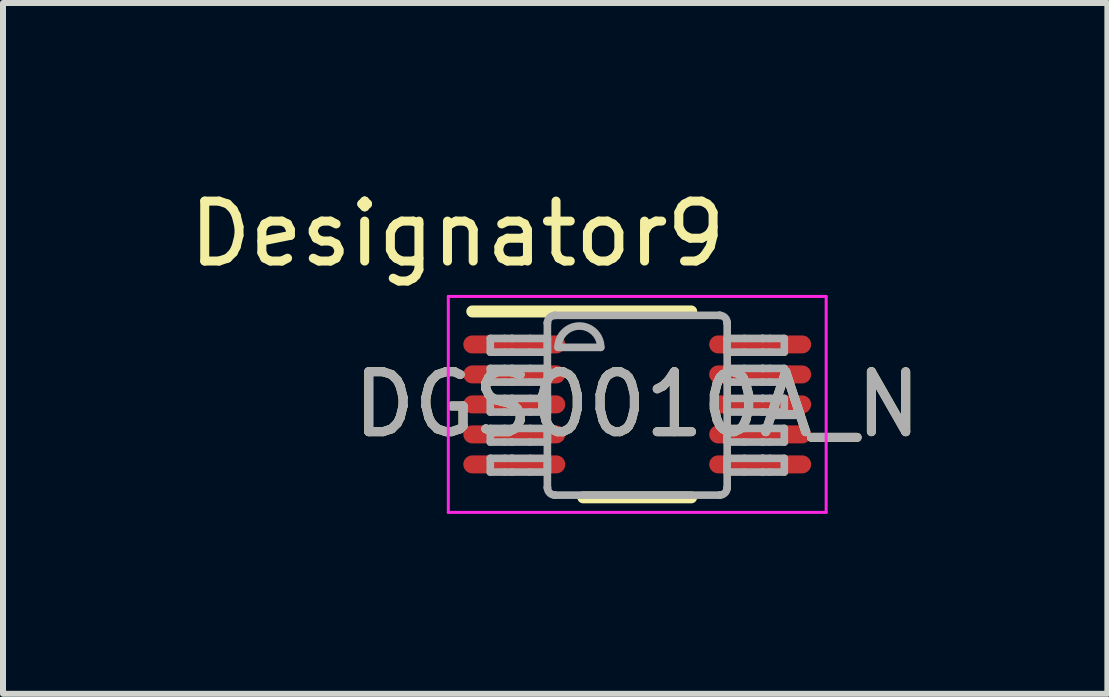
<source format=kicad_pcb>
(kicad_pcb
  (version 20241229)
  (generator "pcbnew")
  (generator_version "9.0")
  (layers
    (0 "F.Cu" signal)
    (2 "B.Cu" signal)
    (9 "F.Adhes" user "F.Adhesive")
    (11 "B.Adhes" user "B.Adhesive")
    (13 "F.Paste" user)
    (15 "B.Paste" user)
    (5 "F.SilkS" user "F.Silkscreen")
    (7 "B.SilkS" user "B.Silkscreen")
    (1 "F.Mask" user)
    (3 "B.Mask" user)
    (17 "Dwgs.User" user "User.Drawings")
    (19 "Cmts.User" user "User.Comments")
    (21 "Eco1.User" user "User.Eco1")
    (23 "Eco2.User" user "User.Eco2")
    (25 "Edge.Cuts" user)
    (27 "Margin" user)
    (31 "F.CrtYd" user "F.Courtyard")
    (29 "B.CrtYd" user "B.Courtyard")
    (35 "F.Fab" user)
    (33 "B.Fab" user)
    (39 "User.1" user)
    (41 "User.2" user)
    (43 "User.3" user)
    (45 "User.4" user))
  (footprint "DGS0010A_N"
    (layer "F.Cu")
    (at 7.575 3.693)
    (property "Reference" "DGS0010A_N" (at 0 0 0) (unlocked yes) (layer "F.SilkS") (effects (font (size 1 1) (thickness 0.15))))
    (attr smd)
    (fp_line (start -2.75 -1.55) (end 0.9 -1.55) (stroke (width 0.2) (type solid)) (layer "F.SilkS"))
    (fp_line (start -0.9 1.55) (end 0.9 1.55) (stroke (width 0.2) (type solid)) (layer "F.SilkS"))
    (fp_line (start -3.15 -1.8) (end 3.15 -1.8) (stroke (width 0.05) (type solid)) (layer "F.CrtYd"))
    (fp_line (start -3.15 1.8) (end -3.15 -1.8) (stroke (width 0.05) (type solid)) (layer "F.CrtYd"))
    (fp_line (start -3.15 1.8) (end 3.15 1.8) (stroke (width 0.05) (type solid)) (layer "F.CrtYd"))
    (fp_line (start 3.15 1.8) (end 3.15 -1.8) (stroke (width 0.05) (type solid)) (layer "F.CrtYd"))
    (fp_line (start -2.45 -1.1) (end -2.21 -1.1) (stroke (width 0.127) (type solid)) (layer "F.Fab"))
    (fp_line (start -2.45 -0.871) (end -2.45 -1.1) (stroke (width 0.127) (type solid)) (layer "F.Fab"))
    (fp_line (start -2.45 -0.871) (end -2.21 -0.871) (stroke (width 0.127) (type solid)) (layer "F.Fab"))
    (fp_line (start -2.45 -0.6) (end -2.21 -0.6) (stroke (width 0.127) (type solid)) (layer "F.Fab"))
    (fp_line (start -2.45 -0.372) (end -2.45 -0.6) (stroke (width 0.127) (type solid)) (layer "F.Fab"))
    (fp_line (start -2.45 -0.372) (end -2.21 -0.372) (stroke (width 0.127) (type solid)) (layer "F.Fab"))
    (fp_line (start -2.45 -0.1) (end -2.21 -0.1) (stroke (width 0.127) (type solid)) (layer "F.Fab"))
    (fp_line (start -2.45 0.128) (end -2.45 -0.1) (stroke (width 0.127) (type solid)) (layer "F.Fab"))
    (fp_line (start -2.45 0.128) (end -2.21 0.128) (stroke (width 0.127) (type solid)) (layer "F.Fab"))
    (fp_line (start -2.45 0.4) (end -2.21 0.4) (stroke (width 0.127) (type solid)) (layer "F.Fab"))
    (fp_line (start -2.45 0.628) (end -2.45 0.4) (stroke (width 0.127) (type solid)) (layer "F.Fab"))
    (fp_line (start -2.45 0.628) (end -2.21 0.628) (stroke (width 0.127) (type solid)) (layer "F.Fab"))
    (fp_line (start -2.45 0.899) (end -2.21 0.899) (stroke (width 0.127) (type solid)) (layer "F.Fab"))
    (fp_line (start -2.45 1.128) (end -2.45 0.899) (stroke (width 0.127) (type solid)) (layer "F.Fab"))
    (fp_line (start -2.45 1.128) (end -2.21 1.128) (stroke (width 0.127) (type solid)) (layer "F.Fab"))
    (fp_line (start -2.21 -1.1) (end -2.09 -1.1) (stroke (width 0.127) (type solid)) (layer "F.Fab"))
    (fp_line (start -2.21 -0.871) (end -2.09 -0.871) (stroke (width 0.127) (type solid)) (layer "F.Fab"))
    (fp_line (start -2.21 -0.6) (end -2.09 -0.6) (stroke (width 0.127) (type solid)) (layer "F.Fab"))
    (fp_line (start -2.21 -0.372) (end -2.09 -0.372) (stroke (width 0.127) (type solid)) (layer "F.Fab"))
    (fp_line (start -2.21 -0.1) (end -2.09 -0.1) (stroke (width 0.127) (type solid)) (layer "F.Fab"))
    (fp_line (start -2.21 0.128) (end -2.09 0.128) (stroke (width 0.127) (type solid)) (layer "F.Fab"))
    (fp_line (start -2.21 0.4) (end -2.09 0.4) (stroke (width 0.127) (type solid)) (layer "F.Fab"))
    (fp_line (start -2.21 0.628) (end -2.09 0.628) (stroke (width 0.127) (type solid)) (layer "F.Fab"))
    (fp_line (start -2.21 0.899) (end -2.09 0.899) (stroke (width 0.127) (type solid)) (layer "F.Fab"))
    (fp_line (start -2.21 1.128) (end -2.09 1.128) (stroke (width 0.127) (type solid)) (layer "F.Fab"))
    (fp_line (start -2.09 -1.1) (end -2.087 -1.1) (stroke (width 0.127) (type solid)) (layer "F.Fab"))
    (fp_line (start -2.09 -0.871) (end -2.087 -0.871) (stroke (width 0.127) (type solid)) (layer "F.Fab"))
    (fp_line (start -2.09 -0.6) (end -2.087 -0.6) (stroke (width 0.127) (type solid)) (layer "F.Fab"))
    (fp_line (start -2.09 -0.372) (end -2.087 -0.372) (stroke (width 0.127) (type solid)) (layer "F.Fab"))
    (fp_line (start -2.09 -0.1) (end -2.087 -0.1) (stroke (width 0.127) (type solid)) (layer "F.Fab"))
    (fp_line (start -2.09 0.128) (end -2.087 0.128) (stroke (width 0.127) (type solid)) (layer "F.Fab"))
    (fp_line (start -2.09 0.4) (end -2.087 0.4) (stroke (width 0.127) (type solid)) (layer "F.Fab"))
    (fp_line (start -2.09 0.628) (end -2.087 0.628) (stroke (width 0.127) (type solid)) (layer "F.Fab"))
    (fp_line (start -2.09 0.899) (end -2.087 0.899) (stroke (width 0.127) (type solid)) (layer "F.Fab"))
    (fp_line (start -2.09 1.128) (end -2.087 1.128) (stroke (width 0.127) (type solid)) (layer "F.Fab"))
    (fp_line (start -2.087 -1.1) (end -1.784 -1.1) (stroke (width 0.127) (type solid)) (layer "F.Fab"))
    (fp_line (start -2.087 -0.871) (end -1.784 -0.871) (stroke (width 0.127) (type solid)) (layer "F.Fab"))
    (fp_line (start -2.087 -0.6) (end -1.784 -0.6) (stroke (width 0.127) (type solid)) (layer "F.Fab"))
    (fp_line (start -2.087 -0.372) (end -1.784 -0.372) (stroke (width 0.127) (type solid)) (layer "F.Fab"))
    (fp_line (start -2.087 -0.1) (end -1.784 -0.1) (stroke (width 0.127) (type solid)) (layer "F.Fab"))
    (fp_line (start -2.087 0.128) (end -1.784 0.128) (stroke (width 0.127) (type solid)) (layer "F.Fab"))
    (fp_line (start -2.087 0.4) (end -1.784 0.4) (stroke (width 0.127) (type solid)) (layer "F.Fab"))
    (fp_line (start -2.087 0.628) (end -1.784 0.628) (stroke (width 0.127) (type solid)) (layer "F.Fab"))
    (fp_line (start -2.087 0.899) (end -1.784 0.899) (stroke (width 0.127) (type solid)) (layer "F.Fab"))
    (fp_line (start -2.087 1.128) (end -1.784 1.128) (stroke (width 0.127) (type solid)) (layer "F.Fab"))
    (fp_line (start -1.784 -1.1) (end -1.498 -1.1) (stroke (width 0.127) (type solid)) (layer "F.Fab"))
    (fp_line (start -1.784 -0.871) (end -1.498 -0.871) (stroke (width 0.127) (type solid)) (layer "F.Fab"))
    (fp_line (start -1.784 -0.6) (end -1.498 -0.6) (stroke (width 0.127) (type solid)) (layer "F.Fab"))
    (fp_line (start -1.784 -0.372) (end -1.498 -0.372) (stroke (width 0.127) (type solid)) (layer "F.Fab"))
    (fp_line (start -1.784 -0.1) (end -1.498 -0.1) (stroke (width 0.127) (type solid)) (layer "F.Fab"))
    (fp_line (start -1.784 0.128) (end -1.498 0.128) (stroke (width 0.127) (type solid)) (layer "F.Fab"))
    (fp_line (start -1.784 0.4) (end -1.498 0.4) (stroke (width 0.127) (type solid)) (layer "F.Fab"))
    (fp_line (start -1.784 0.628) (end -1.498 0.628) (stroke (width 0.127) (type solid)) (layer "F.Fab"))
    (fp_line (start -1.784 0.899) (end -1.498 0.899) (stroke (width 0.127) (type solid)) (layer "F.Fab"))
    (fp_line (start -1.784 1.128) (end -1.498 1.128) (stroke (width 0.127) (type solid)) (layer "F.Fab"))
    (fp_line (start -1.498 -1.358) (end -1.497 -1.36) (stroke (width 0.127) (type solid)) (layer "F.Fab"))
    (fp_line (start -1.498 -0.871) (end -1.498 -1.1) (stroke (width 0.127) (type solid)) (layer "F.Fab"))
    (fp_line (start -1.498 -0.372) (end -1.498 -0.6) (stroke (width 0.127) (type solid)) (layer "F.Fab"))
    (fp_line (start -1.498 0.128) (end -1.498 -0.1) (stroke (width 0.127) (type solid)) (layer "F.Fab"))
    (fp_line (start -1.498 0.628) (end -1.498 0.4) (stroke (width 0.127) (type solid)) (layer "F.Fab"))
    (fp_line (start -1.498 1.128) (end -1.498 0.899) (stroke (width 0.127) (type solid)) (layer "F.Fab"))
    (fp_line (start -1.498 1.386) (end -1.498 -1.358) (stroke (width 0.127) (type solid)) (layer "F.Fab"))
    (fp_line (start -1.498 1.386) (end -1.497 1.388) (stroke (width 0.127) (type solid)) (layer "F.Fab"))
    (fp_line (start -1.373 -1.485) (end -1.371 -1.485) (stroke (width 0.127) (type solid)) (layer "F.Fab"))
    (fp_line (start -1.373 1.513) (end -1.371 1.513) (stroke (width 0.127) (type solid)) (layer "F.Fab"))
    (fp_line (start -1.371 -1.485) (end 1.373 -1.485) (stroke (width 0.127) (type solid)) (layer "F.Fab"))
    (fp_line (start -1.371 1.513) (end 1.373 1.513) (stroke (width 0.127) (type solid)) (layer "F.Fab"))
    (fp_line (start -1.32 -0.951) (end -0.609 -0.951) (stroke (width 0.127) (type solid)) (layer "F.Fab"))
    (fp_line (start 1.373 -1.485) (end 1.375 -1.485) (stroke (width 0.127) (type solid)) (layer "F.Fab"))
    (fp_line (start 1.373 1.513) (end 1.375 1.513) (stroke (width 0.127) (type solid)) (layer "F.Fab"))
    (fp_line (start 1.5 -1.36) (end 1.5 -1.358) (stroke (width 0.127) (type solid)) (layer "F.Fab"))
    (fp_line (start 1.5 1.388) (end 1.5 1.386) (stroke (width 0.127) (type solid)) (layer "F.Fab"))
    (fp_line (start 1.5 -1.1) (end 1.786 -1.1) (stroke (width 0.127) (type solid)) (layer "F.Fab"))
    (fp_line (start 1.5 -0.871) (end 1.5 -1.1) (stroke (width 0.127) (type solid)) (layer "F.Fab"))
    (fp_line (start 1.5 -0.871) (end 1.786 -0.871) (stroke (width 0.127) (type solid)) (layer "F.Fab"))
    (fp_line (start 1.5 -0.6) (end 1.786 -0.6) (stroke (width 0.127) (type solid)) (layer "F.Fab"))
    (fp_line (start 1.5 -0.372) (end 1.5 -0.6) (stroke (width 0.127) (type solid)) (layer "F.Fab"))
    (fp_line (start 1.5 -0.372) (end 1.786 -0.372) (stroke (width 0.127) (type solid)) (layer "F.Fab"))
    (fp_line (start 1.5 -0.1) (end 1.786 -0.1) (stroke (width 0.127) (type solid)) (layer "F.Fab"))
    (fp_line (start 1.5 0.128) (end 1.5 -0.1) (stroke (width 0.127) (type solid)) (layer "F.Fab"))
    (fp_line (start 1.5 0.128) (end 1.786 0.128) (stroke (width 0.127) (type solid)) (layer "F.Fab"))
    (fp_line (start 1.5 0.4) (end 1.786 0.4) (stroke (width 0.127) (type solid)) (layer "F.Fab"))
    (fp_line (start 1.5 0.628) (end 1.5 0.4) (stroke (width 0.127) (type solid)) (layer "F.Fab"))
    (fp_line (start 1.5 0.628) (end 1.786 0.628) (stroke (width 0.127) (type solid)) (layer "F.Fab"))
    (fp_line (start 1.5 0.899) (end 1.786 0.899) (stroke (width 0.127) (type solid)) (layer "F.Fab"))
    (fp_line (start 1.5 1.128) (end 1.5 0.899) (stroke (width 0.127) (type solid)) (layer "F.Fab"))
    (fp_line (start 1.5 1.128) (end 1.786 1.128) (stroke (width 0.127) (type solid)) (layer "F.Fab"))
    (fp_line (start 1.5 1.386) (end 1.5 -1.358) (stroke (width 0.127) (type solid)) (layer "F.Fab"))
    (fp_line (start 1.786 -1.1) (end 2.089 -1.1) (stroke (width 0.127) (type solid)) (layer "F.Fab"))
    (fp_line (start 1.786 -0.871) (end 2.089 -0.871) (stroke (width 0.127) (type solid)) (layer "F.Fab"))
    (fp_line (start 1.786 -0.6) (end 2.089 -0.6) (stroke (width 0.127) (type solid)) (layer "F.Fab"))
    (fp_line (start 1.786 -0.372) (end 2.089 -0.372) (stroke (width 0.127) (type solid)) (layer "F.Fab"))
    (fp_line (start 1.786 -0.1) (end 2.089 -0.1) (stroke (width 0.127) (type solid)) (layer "F.Fab"))
    (fp_line (start 1.786 0.128) (end 2.089 0.128) (stroke (width 0.127) (type solid)) (layer "F.Fab"))
    (fp_line (start 1.786 0.4) (end 2.089 0.4) (stroke (width 0.127) (type solid)) (layer "F.Fab"))
    (fp_line (start 1.786 0.628) (end 2.089 0.628) (stroke (width 0.127) (type solid)) (layer "F.Fab"))
    (fp_line (start 1.786 0.899) (end 2.089 0.899) (stroke (width 0.127) (type solid)) (layer "F.Fab"))
    (fp_line (start 1.786 1.128) (end 2.089 1.128) (stroke (width 0.127) (type solid)) (layer "F.Fab"))
    (fp_line (start 2.089 -1.1) (end 2.093 -1.1) (stroke (width 0.127) (type solid)) (layer "F.Fab"))
    (fp_line (start 2.089 -0.871) (end 2.093 -0.871) (stroke (width 0.127) (type solid)) (layer "F.Fab"))
    (fp_line (start 2.089 -0.6) (end 2.093 -0.6) (stroke (width 0.127) (type solid)) (layer "F.Fab"))
    (fp_line (start 2.089 -0.372) (end 2.093 -0.372) (stroke (width 0.127) (type solid)) (layer "F.Fab"))
    (fp_line (start 2.089 -0.1) (end 2.093 -0.1) (stroke (width 0.127) (type solid)) (layer "F.Fab"))
    (fp_line (start 2.089 0.128) (end 2.093 0.128) (stroke (width 0.127) (type solid)) (layer "F.Fab"))
    (fp_line (start 2.089 0.4) (end 2.093 0.4) (stroke (width 0.127) (type solid)) (layer "F.Fab"))
    (fp_line (start 2.089 0.628) (end 2.093 0.628) (stroke (width 0.127) (type solid)) (layer "F.Fab"))
    (fp_line (start 2.089 0.899) (end 2.093 0.899) (stroke (width 0.127) (type solid)) (layer "F.Fab"))
    (fp_line (start 2.089 1.128) (end 2.093 1.128) (stroke (width 0.127) (type solid)) (layer "F.Fab"))
    (fp_line (start 2.093 -1.1) (end 2.213 -1.1) (stroke (width 0.127) (type solid)) (layer "F.Fab"))
    (fp_line (start 2.093 -0.871) (end 2.213 -0.871) (stroke (width 0.127) (type solid)) (layer "F.Fab"))
    (fp_line (start 2.093 -0.6) (end 2.213 -0.6) (stroke (width 0.127) (type solid)) (layer "F.Fab"))
    (fp_line (start 2.093 -0.372) (end 2.213 -0.372) (stroke (width 0.127) (type solid)) (layer "F.Fab"))
    (fp_line (start 2.093 -0.1) (end 2.213 -0.1) (stroke (width 0.127) (type solid)) (layer "F.Fab"))
    (fp_line (start 2.093 0.128) (end 2.213 0.128) (stroke (width 0.127) (type solid)) (layer "F.Fab"))
    (fp_line (start 2.093 0.4) (end 2.213 0.4) (stroke (width 0.127) (type solid)) (layer "F.Fab"))
    (fp_line (start 2.093 0.628) (end 2.213 0.628) (stroke (width 0.127) (type solid)) (layer "F.Fab"))
    (fp_line (start 2.093 0.899) (end 2.213 0.899) (stroke (width 0.127) (type solid)) (layer "F.Fab"))
    (fp_line (start 2.093 1.128) (end 2.213 1.128) (stroke (width 0.127) (type solid)) (layer "F.Fab"))
    (fp_line (start 2.213 -1.1) (end 2.452 -1.1) (stroke (width 0.127) (type solid)) (layer "F.Fab"))
    (fp_line (start 2.213 -0.871) (end 2.452 -0.871) (stroke (width 0.127) (type solid)) (layer "F.Fab"))
    (fp_line (start 2.213 -0.6) (end 2.452 -0.6) (stroke (width 0.127) (type solid)) (layer "F.Fab"))
    (fp_line (start 2.213 -0.372) (end 2.452 -0.372) (stroke (width 0.127) (type solid)) (layer "F.Fab"))
    (fp_line (start 2.213 -0.1) (end 2.452 -0.1) (stroke (width 0.127) (type solid)) (layer "F.Fab"))
    (fp_line (start 2.213 0.128) (end 2.452 0.128) (stroke (width 0.127) (type solid)) (layer "F.Fab"))
    (fp_line (start 2.213 0.4) (end 2.452 0.4) (stroke (width 0.127) (type solid)) (layer "F.Fab"))
    (fp_line (start 2.213 0.628) (end 2.452 0.628) (stroke (width 0.127) (type solid)) (layer "F.Fab"))
    (fp_line (start 2.213 0.899) (end 2.452 0.899) (stroke (width 0.127) (type solid)) (layer "F.Fab"))
    (fp_line (start 2.213 1.128) (end 2.452 1.128) (stroke (width 0.127) (type solid)) (layer "F.Fab"))
    (fp_line (start 2.452 -0.871) (end 2.452 -1.1) (stroke (width 0.127) (type solid)) (layer "F.Fab"))
    (fp_line (start 2.452 -0.372) (end 2.452 -0.6) (stroke (width 0.127) (type solid)) (layer "F.Fab"))
    (fp_line (start 2.452 0.128) (end 2.452 -0.1) (stroke (width 0.127) (type solid)) (layer "F.Fab"))
    (fp_line (start 2.452 0.628) (end 2.452 0.4) (stroke (width 0.127) (type solid)) (layer "F.Fab"))
    (fp_line (start 2.452 1.128) (end 2.452 0.899) (stroke (width 0.127) (type solid)) (layer "F.Fab"))
    (fp_arc (start -1.49745 -1.360299) (mid -1.460293 -1.447356) (end -1.373243 -1.484531) (stroke (width 0.127) (type solid)) (layer "F.Fab"))
    (fp_arc (start -1.373243 1.512619) (mid -1.460293 1.475444) (end -1.49745 1.388386) (stroke (width 0.127) (type solid)) (layer "F.Fab"))
    (fp_arc (start -1.3197 -0.951156) (mid -0.9641 -1.306756) (end -0.6085 -0.951156) (stroke (width 0.127) (type solid)) (layer "F.Fab"))
    (fp_arc (start 1.375443 -1.484532) (mid 1.462505 -1.447362) (end 1.499675 -1.360299) (stroke (width 0.127) (type solid)) (layer "F.Fab"))
    (fp_arc (start 1.499675 1.388387) (mid 1.462505 1.475449) (end 1.375443 1.512619) (stroke (width 0.127) (type solid)) (layer "F.Fab"))
    (fp_text user "Designator9" (at -2.997 -2.845 0) (unlocked yes) (layer "F.SilkS") (effects (font (size 1 1) (thickness 0.15))))
    (fp_text user "${REFERENCE}" (at 0 0 0) (unlocked yes) (layer "F.Fab") (effects (font (size 1 1) (thickness 0.15))))
    (pad "1" smd oval (at -2.05 -1 90) (size 0.3 1.7) (layers "F.Cu" "F.Mask" "F.Paste"))
    (pad "2" smd oval (at -2.05 -0.5 90) (size 0.3 1.7) (layers "F.Cu" "F.Mask" "F.Paste"))
    (pad "3" smd oval (at -2.05 0 90) (size 0.3 1.7) (layers "F.Cu" "F.Mask" "F.Paste"))
    (pad "4" smd oval (at -2.05 0.5 90) (size 0.3 1.7) (layers "F.Cu" "F.Mask" "F.Paste"))
    (pad "5" smd oval (at -2.05 1 90) (size 0.3 1.7) (layers "F.Cu" "F.Mask" "F.Paste"))
    (pad "6" smd oval (at 2.05 1 90) (size 0.3 1.7) (layers "F.Cu" "F.Mask" "F.Paste"))
    (pad "7" smd oval (at 2.05 0.5 90) (size 0.3 1.7) (layers "F.Cu" "F.Mask" "F.Paste"))
    (pad "8" smd oval (at 2.05 0 90) (size 0.3 1.7) (layers "F.Cu" "F.Mask" "F.Paste"))
    (pad "9" smd oval (at 2.05 -0.5 90) (size 0.3 1.7) (layers "F.Cu" "F.Mask" "F.Paste"))
    (pad "10" smd oval (at 2.05 -1 90) (size 0.3 1.7) (layers "F.Cu" "F.Mask" "F.Paste")))
  (gr_rect
    (start -3 -3)
    (end 15.414 8.518)
    (stroke (width 0.1) (type default))
    (fill no)
    (layer "Edge.Cuts")))
</source>
